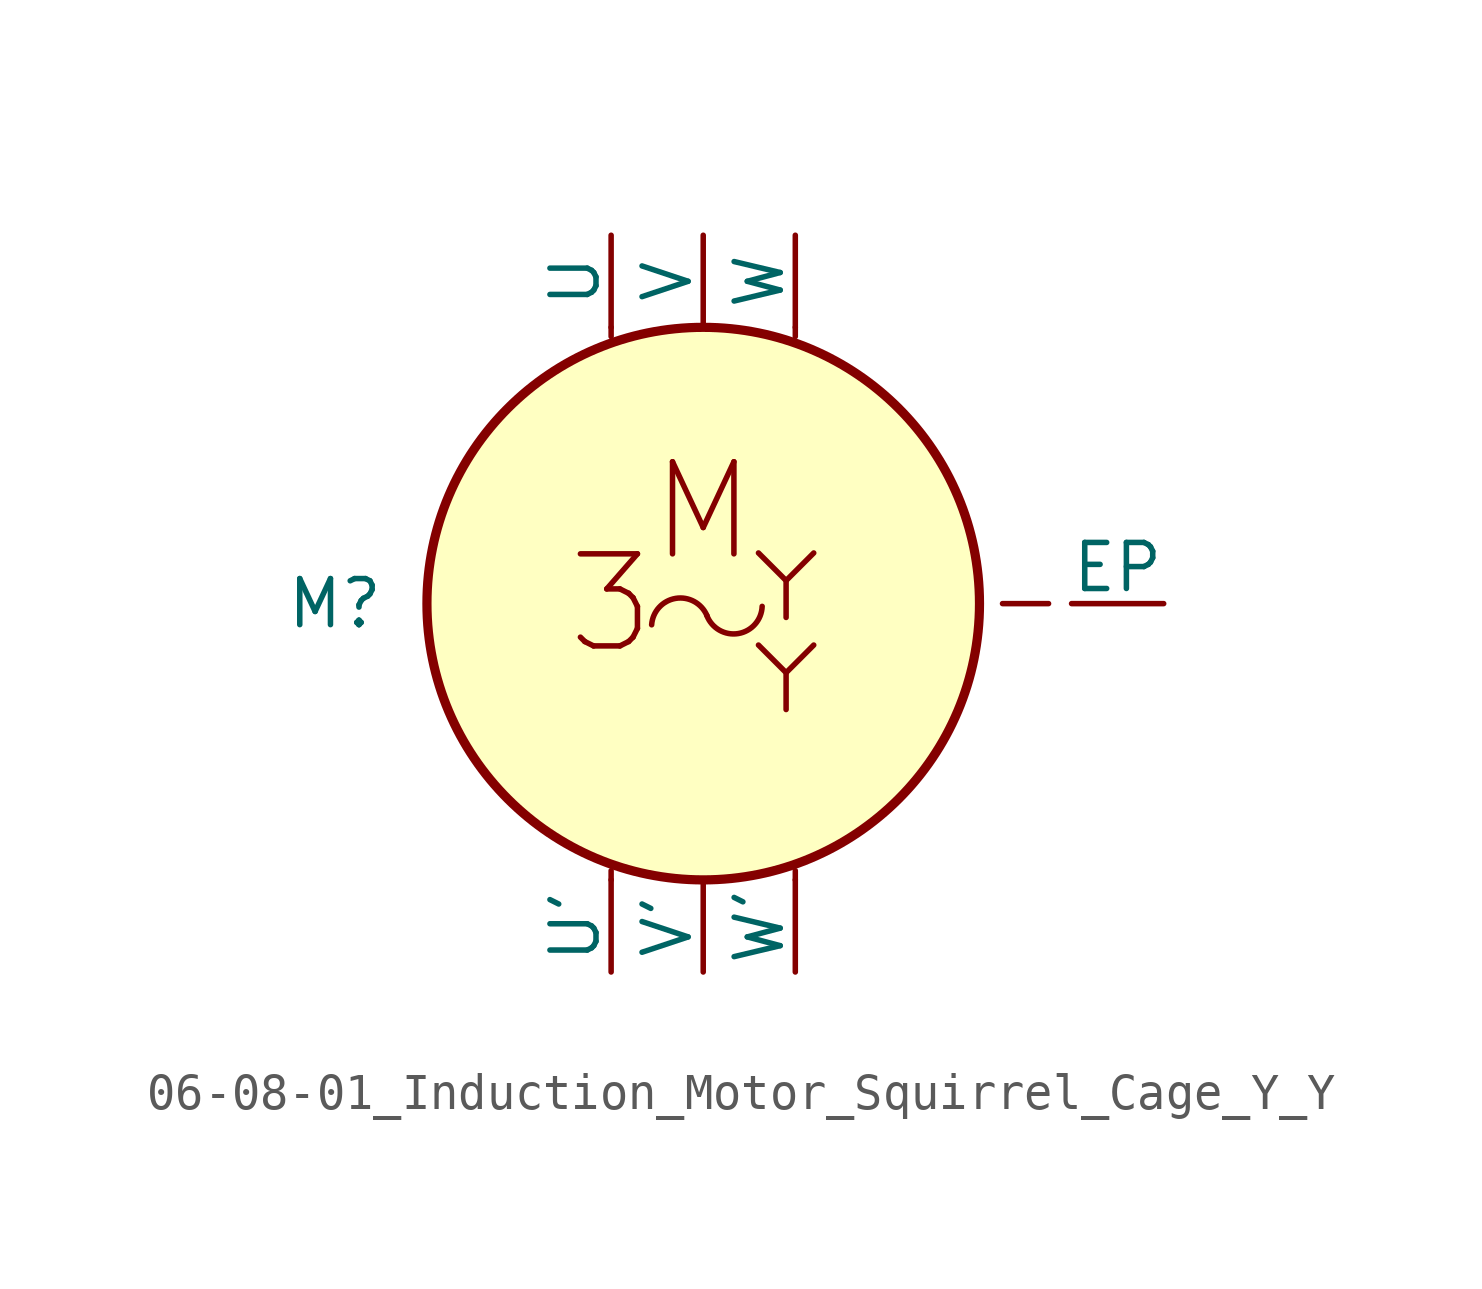
<source format=kicad_sym>
(kicad_symbol_lib
  (version 20201005)
  (generator kicad_symbol_editor)
  (symbol "Symbol_IEC_60617-6:06-08-01_Induction_Motor_Squirrel_Cage_Y_Y"
    (pin_numbers hide)
    (pin_names
      (offset 0))
    (property "Reference" "M"
      (at -10.16 0 0)
      (effects (font (size 1.27 1.27))))
    (symbol "06-08-01_Induction_Motor_Squirrel_Cage_Y_Y_0_1"
      (circle (center 0 0) (radius 7.62) (stroke (width 0.254)) (fill (type background)))
      (polyline (pts (xy -2.54 -7.62) (xy -2.54 -7.366)) (stroke (width 0.152)) (fill (type none)))
      (polyline (pts (xy -2.54 7.62) (xy -2.54 7.366)) (stroke (width 0.152)) (fill (type none)))
      (polyline (pts (xy 2.54 -7.62) (xy 2.54 -7.366)) (stroke (width 0.152)) (fill (type none)))
      (polyline (pts (xy 2.54 7.62) (xy 2.54 7.366)) (stroke (width 0.152)) (fill (type none))))
    (symbol "06-08-01_Induction_Motor_Squirrel_Cage_Y_Y_1_1"
      (arc (start 0.1016 -0.3302) (end -1.4224 -0.5842) (radius (at -0.635 -0.635) (length 0.7874) (angles 22.5 176.3)) (stroke (width 0)) (fill (type none)))
      (arc (start 1.6256 -0.0762) (end 0.1016 -0.3302) (radius (at 0.8128 -0.0254) (length 0.762) (angles -3.6 -156.8)) (stroke (width 0)) (fill (type none)))
      (text "3" (at -2.54 0 0) (effects (font (size 2.54 2.54))))
      (text "M" (at 0 2.54 0) (effects (font (size 2.54 2.54))))
      (polyline (pts (xy 2.286 -1.905) (xy 3.048 -1.143)) (stroke (width 0)) (fill (type none)))
      (polyline (pts (xy 2.286 0.635) (xy 3.048 1.397)) (stroke (width 0)) (fill (type none)))
      (polyline (pts (xy 9.525 0) (xy 8.255 0)) (stroke (width 0.152)) (fill (type none)))
      (polyline (pts (xy 2.286 -2.921) (xy 2.286 -1.905) (xy 1.524 -1.143)) (stroke (width 0)) (fill (type none)))
      (polyline (pts (xy 2.286 -0.381) (xy 2.286 0.635) (xy 1.524 1.397)) (stroke (width 0)) (fill (type none)))
      (pin passive line (at -2.54 10.16 270) (length 2.54) (name "U" (effects (font (size 1.27 1.27)))) (number "1" (effects (font (size 1.27 1.27)))))
      (pin passive line (at 0 10.16 270) (length 2.54) (name "V" (effects (font (size 1.27 1.27)))) (number "2" (effects (font (size 1.27 1.27)))))
      (pin passive line (at 2.54 10.16 270) (length 2.54) (name "W" (effects (font (size 1.27 1.27)))) (number "3" (effects (font (size 1.27 1.27)))))
      (pin passive line (at -2.54 -10.16 90) (length 2.54) (name "U'" (effects (font (size 1.27 1.27)))) (number "4" (effects (font (size 1.27 1.27)))))
      (pin passive line (at 0 -10.16 90) (length 2.54) (name "V'" (effects (font (size 1.27 1.27)))) (number "5" (effects (font (size 1.27 1.27)))))
      (pin passive line (at 2.54 -10.16 90) (length 2.54) (name "W'" (effects (font (size 1.27 1.27)))) (number "6" (effects (font (size 1.27 1.27)))))
      (pin passive line (at 12.7 0 180) (length 2.54) (name "EP" (effects (font (size 1.27 1.27)))) (number "~" (effects (font (size 1.27 1.27))))))))
</source>
